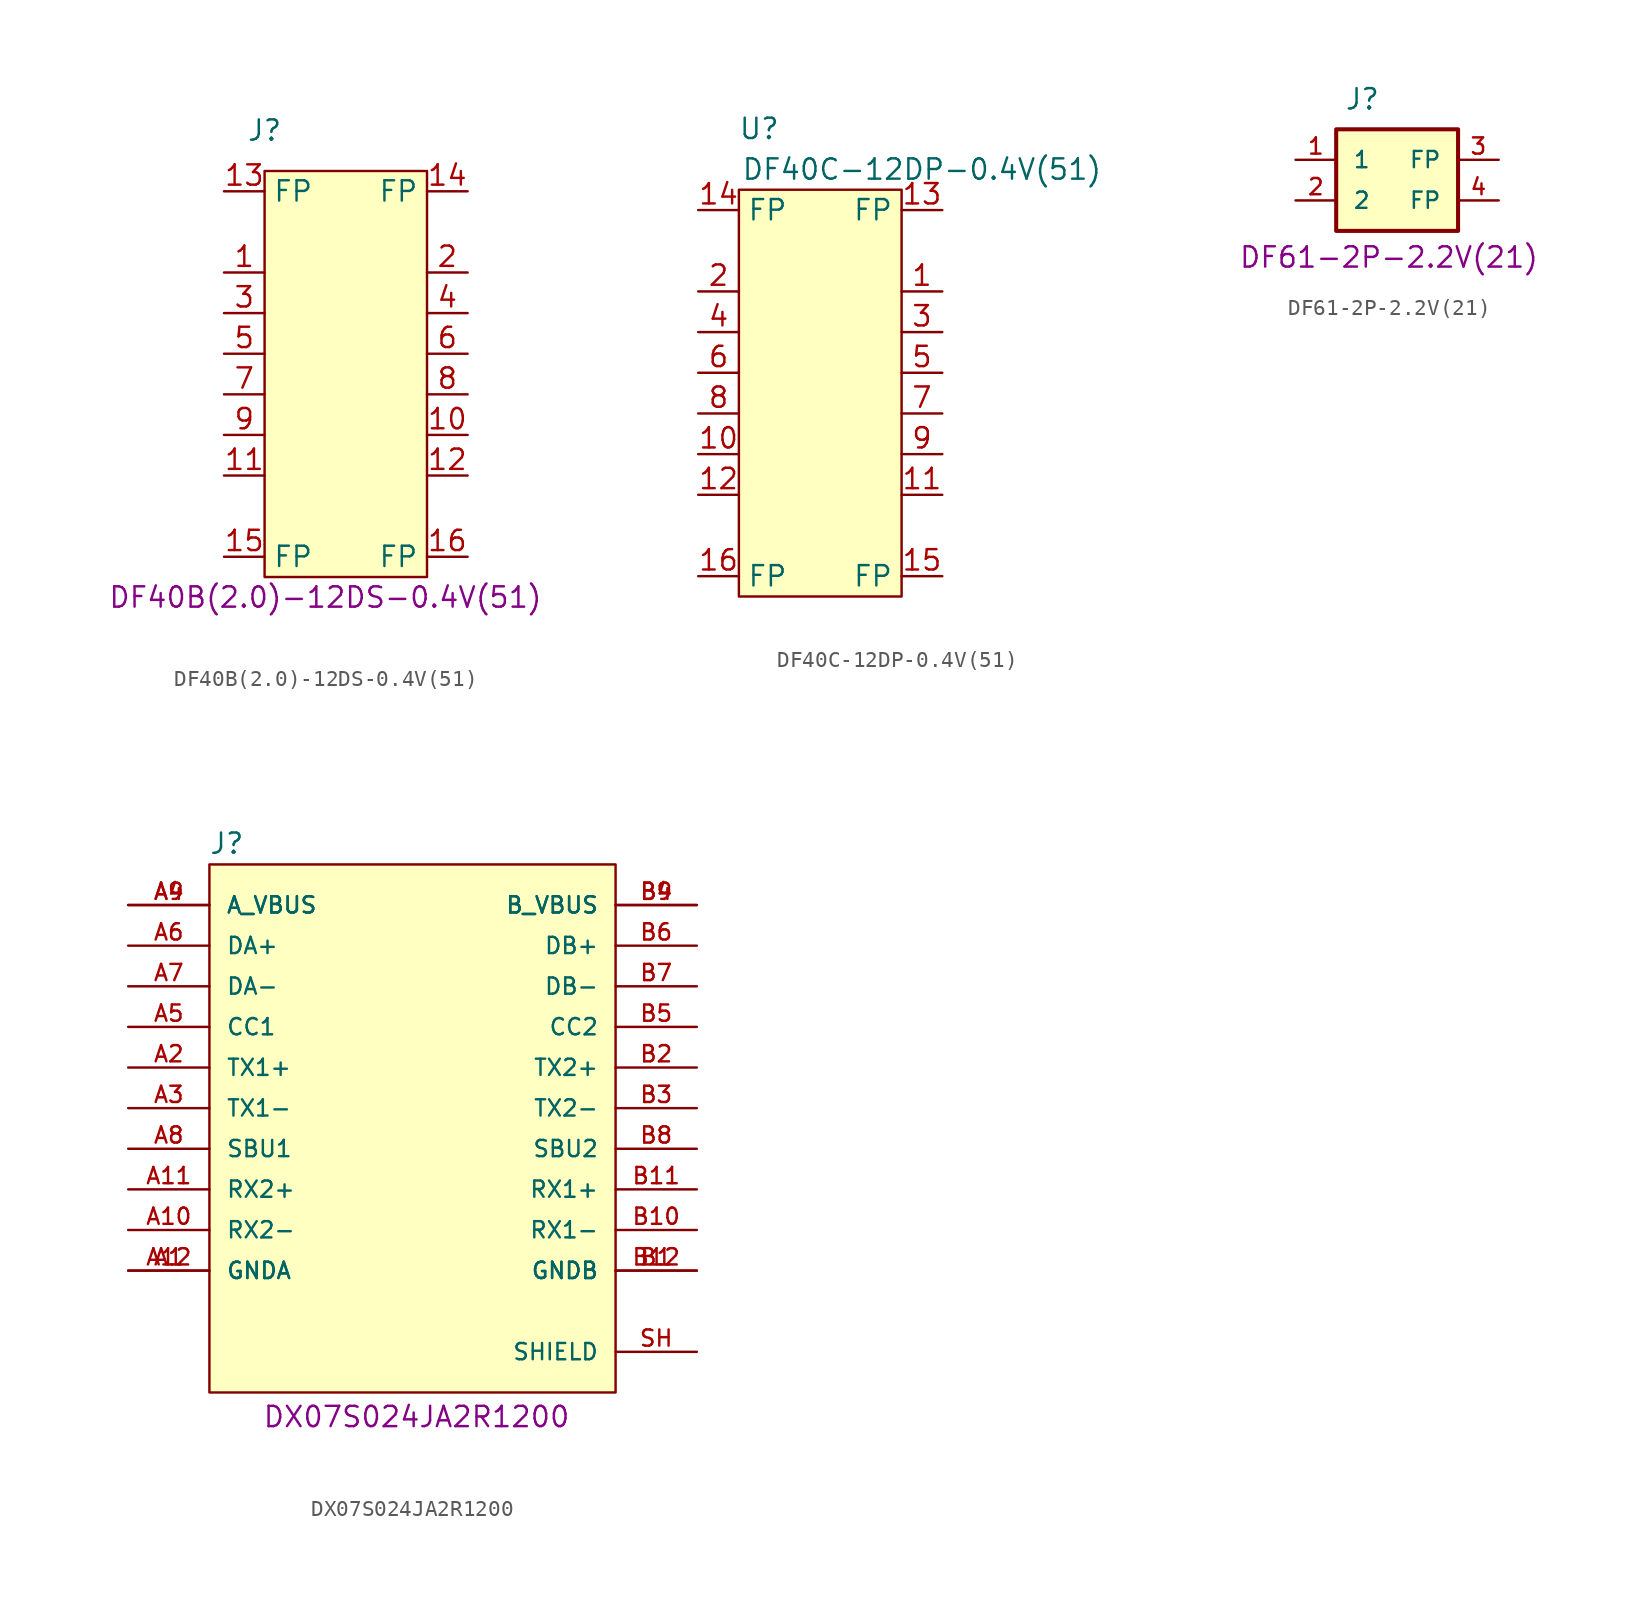
<source format=kicad_sym>
(kicad_symbol_lib
  (version 20241209)
  (generator "kicad_symbol_editor")
  (generator_version "9.0")
  (symbol "DF40B(2.0)-12DS-0.4V(51)"
    (property "Reference" "J"
      (at 2.54 8.89 0)
      (effects (font (size 1.27 1.27))))
    (property "PartNumber" "DF40B(2.0)-12DS-0.4V(51)"
      (at 6.35 -20.32 0)
      (effects (font (size 1.27 1.27))))
    (symbol "DF40B(2.0)-12DS-0.4V(51)_0_0"
      (pin passive line (at 0 5.08 0) (length 2.54) (name "FP" (effects (font (size 1.27 1.27)))) (number "13" (effects (font (size 1.27 1.27)))))
      (pin passive line (at 0 0 0) (length 2.54) (name "" (effects (font (size 1.27 1.27)))) (number "1" (effects (font (size 1.27 1.27)))))
      (pin passive line (at 0 -2.54 0) (length 2.54) (name "" (effects (font (size 1.27 1.27)))) (number "3" (effects (font (size 1.27 1.27)))))
      (pin passive line (at 0 -5.08 0) (length 2.54) (name "" (effects (font (size 1.27 1.27)))) (number "5" (effects (font (size 1.27 1.27)))))
      (pin passive line (at 0 -7.62 0) (length 2.54) (name "" (effects (font (size 1.27 1.27)))) (number "7" (effects (font (size 1.27 1.27)))))
      (pin passive line (at 0 -10.16 0) (length 2.54) (name "" (effects (font (size 1.27 1.27)))) (number "9" (effects (font (size 1.27 1.27)))))
      (pin passive line (at 0 -12.7 0) (length 2.54) (name "" (effects (font (size 1.27 1.27)))) (number "11" (effects (font (size 1.27 1.27)))))
      (pin passive line (at 0 -17.78 0) (length 2.54) (name "FP" (effects (font (size 1.27 1.27)))) (number "15" (effects (font (size 1.27 1.27)))))
      (pin passive line (at 15.24 5.08 180) (length 2.54) (name "FP" (effects (font (size 1.27 1.27)))) (number "14" (effects (font (size 1.27 1.27)))))
      (pin passive line (at 15.24 0 180) (length 2.54) (name "" (effects (font (size 1.27 1.27)))) (number "2" (effects (font (size 1.27 1.27)))))
      (pin passive line (at 15.24 -2.54 180) (length 2.54) (name "" (effects (font (size 1.27 1.27)))) (number "4" (effects (font (size 1.27 1.27)))))
      (pin passive line (at 15.24 -5.08 180) (length 2.54) (name "" (effects (font (size 1.27 1.27)))) (number "6" (effects (font (size 1.27 1.27)))))
      (pin passive line (at 15.24 -7.62 180) (length 2.54) (name "" (effects (font (size 1.27 1.27)))) (number "8" (effects (font (size 1.27 1.27)))))
      (pin passive line (at 15.24 -10.16 180) (length 2.54) (name "" (effects (font (size 1.27 1.27)))) (number "10" (effects (font (size 1.27 1.27)))))
      (pin passive line (at 15.24 -12.7 180) (length 2.54) (name "" (effects (font (size 1.27 1.27)))) (number "12" (effects (font (size 1.27 1.27)))))
      (pin passive line (at 15.24 -17.78 180) (length 2.54) (name "FP" (effects (font (size 1.27 1.27)))) (number "16" (effects (font (size 1.27 1.27))))))
    (symbol "DF40B(2.0)-12DS-0.4V(51)_1_1"
      (rectangle (start 2.54 6.35) (end 12.7 -19.05) (stroke (width 0) (type default)) (fill (type background)))))
  (symbol "DF40C-12DP-0.4V(51)"
    (property "Reference" "U"
      (at -11.43 10.16 0)
      (effects (font (size 1.27 1.27))))
    (property "Value" "DF40C-12DP-0.4V(51)"
      (at -1.27 7.62 0)
      (effects (font (size 1.27 1.27))))
    (symbol "DF40C-12DP-0.4V(51)_0_0"
      (pin passive line (at -15.24 5.08 0) (length 2.54) (name "FP" (effects (font (size 1.27 1.27)))) (number "14" (effects (font (size 1.27 1.27)))))
      (pin passive line (at -15.24 0 0) (length 2.54) (name "" (effects (font (size 1.27 1.27)))) (number "2" (effects (font (size 1.27 1.27)))))
      (pin passive line (at -15.24 -2.54 0) (length 2.54) (name "" (effects (font (size 1.27 1.27)))) (number "4" (effects (font (size 1.27 1.27)))))
      (pin passive line (at -15.24 -5.08 0) (length 2.54) (name "" (effects (font (size 1.27 1.27)))) (number "6" (effects (font (size 1.27 1.27)))))
      (pin passive line (at -15.24 -7.62 0) (length 2.54) (name "" (effects (font (size 1.27 1.27)))) (number "8" (effects (font (size 1.27 1.27)))))
      (pin passive line (at -15.24 -10.16 0) (length 2.54) (name "" (effects (font (size 1.27 1.27)))) (number "10" (effects (font (size 1.27 1.27)))))
      (pin passive line (at -15.24 -12.7 0) (length 2.54) (name "" (effects (font (size 1.27 1.27)))) (number "12" (effects (font (size 1.27 1.27)))))
      (pin passive line (at -15.24 -17.78 0) (length 2.54) (name "FP" (effects (font (size 1.27 1.27)))) (number "16" (effects (font (size 1.27 1.27)))))
      (pin passive line (at 0 5.08 180) (length 2.54) (name "FP" (effects (font (size 1.27 1.27)))) (number "13" (effects (font (size 1.27 1.27)))))
      (pin passive line (at 0 0 180) (length 2.54) (name "" (effects (font (size 1.27 1.27)))) (number "1" (effects (font (size 1.27 1.27)))))
      (pin passive line (at 0 -2.54 180) (length 2.54) (name "" (effects (font (size 1.27 1.27)))) (number "3" (effects (font (size 1.27 1.27)))))
      (pin passive line (at 0 -5.08 180) (length 2.54) (name "" (effects (font (size 1.27 1.27)))) (number "5" (effects (font (size 1.27 1.27)))))
      (pin passive line (at 0 -7.62 180) (length 2.54) (name "" (effects (font (size 1.27 1.27)))) (number "7" (effects (font (size 1.27 1.27)))))
      (pin passive line (at 0 -10.16 180) (length 2.54) (name "" (effects (font (size 1.27 1.27)))) (number "9" (effects (font (size 1.27 1.27)))))
      (pin passive line (at 0 -12.7 180) (length 2.54) (name "" (effects (font (size 1.27 1.27)))) (number "11" (effects (font (size 1.27 1.27)))))
      (pin passive line (at 0 -17.78 180) (length 2.54) (name "FP" (effects (font (size 1.27 1.27)))) (number "15" (effects (font (size 1.27 1.27))))))
    (symbol "DF40C-12DP-0.4V(51)_1_1"
      (rectangle (start -12.7 6.35) (end -2.54 -19.05) (stroke (width 0) (type default)) (fill (type background)))))
  (symbol "DF61-2P-2.2V(21)"
    (pin_names
      (offset 1.016))
    (property "Reference" "J"
      (at 3.048 3.048 0)
      (effects (font (size 1.27 1.27)) (justify left bottom)))
    (property "PartNumber" "DF61-2P-2.2V(21)"
      (at 5.842 -6.096 0)
      (effects (font (size 1.27 1.27))))
    (symbol "DF61-2P-2.2V(21)_0_0"
      (rectangle (start 2.54 1.905) (end 10.16 -4.445) (stroke (width 0.254) (type default)) (fill (type background)))
      (pin power_in line (at 0 0 0) (length 2.54) (name "1" (effects (font (size 1.016 1.016)))) (number "1" (effects (font (size 1.016 1.016)))))
      (pin power_in line (at 0 -2.54 0) (length 2.54) (name "2" (effects (font (size 1.016 1.016)))) (number "2" (effects (font (size 1.016 1.016))))))
    (symbol "DF61-2P-2.2V(21)_1_0"
      (pin power_in line (at 12.7 0 180) (length 2.54) (name "FP" (effects (font (size 1.016 1.016)))) (number "3" (effects (font (size 1.016 1.016)))))
      (pin power_in line (at 12.7 -2.54 180) (length 2.54) (name "FP" (effects (font (size 1.016 1.016)))) (number "4" (effects (font (size 1.016 1.016)))))))
  (symbol "DX07S024JA2R1200"
    (pin_names
      (offset 1.016))
    (property "Reference" "J"
      (at -12.739 18.344 0)
      (effects (font (size 1.27 1.27)) (justify left bottom)))
    (property "PartNumber" "DX07S024JA2R1200"
      (at 0.254 -16.764 0)
      (effects (font (size 1.27 1.27))))
    (symbol "DX07S024JA2R1200_0_0"
      (rectangle (start -12.7 -15.24) (end 12.7 17.78) (stroke (width 0.152) (type default)) (fill (type background)))
      (pin power_in line (at -17.78 15.24 0) (length 5.08) (name "A_VBUS" (effects (font (size 1.016 1.016)))) (number "A4" (effects (font (size 1.016 1.016)))))
      (pin power_in line (at -17.78 15.24 0) (length 5.08) (name "A_VBUS" (effects (font (size 1.016 1.016)))) (number "A9" (effects (font (size 1.016 1.016)))))
      (pin passive line (at -17.78 12.7 0) (length 5.08) (name "DA+" (effects (font (size 1.016 1.016)))) (number "A6" (effects (font (size 1.016 1.016)))))
      (pin passive line (at -17.78 10.16 0) (length 5.08) (name "DA-" (effects (font (size 1.016 1.016)))) (number "A7" (effects (font (size 1.016 1.016)))))
      (pin passive line (at -17.78 7.62 0) (length 5.08) (name "CC1" (effects (font (size 1.016 1.016)))) (number "A5" (effects (font (size 1.016 1.016)))))
      (pin passive line (at -17.78 5.08 0) (length 5.08) (name "TX1+" (effects (font (size 1.016 1.016)))) (number "A2" (effects (font (size 1.016 1.016)))))
      (pin passive line (at -17.78 2.54 0) (length 5.08) (name "TX1-" (effects (font (size 1.016 1.016)))) (number "A3" (effects (font (size 1.016 1.016)))))
      (pin passive line (at -17.78 0 0) (length 5.08) (name "SBU1" (effects (font (size 1.016 1.016)))) (number "A8" (effects (font (size 1.016 1.016)))))
      (pin passive line (at -17.78 -2.54 0) (length 5.08) (name "RX2+" (effects (font (size 1.016 1.016)))) (number "A11" (effects (font (size 1.016 1.016)))))
      (pin passive line (at -17.78 -5.08 0) (length 5.08) (name "RX2-" (effects (font (size 1.016 1.016)))) (number "A10" (effects (font (size 1.016 1.016)))))
      (pin power_in line (at -17.78 -7.62 0) (length 5.08) (name "GNDA" (effects (font (size 1.016 1.016)))) (number "A1" (effects (font (size 1.016 1.016)))))
      (pin power_in line (at -17.78 -7.62 0) (length 5.08) (name "GNDA" (effects (font (size 1.016 1.016)))) (number "A12" (effects (font (size 1.016 1.016)))))
      (pin power_in line (at 17.78 15.24 180) (length 5.08) (name "B_VBUS" (effects (font (size 1.016 1.016)))) (number "B4" (effects (font (size 1.016 1.016)))))
      (pin power_in line (at 17.78 15.24 180) (length 5.08) (name "B_VBUS" (effects (font (size 1.016 1.016)))) (number "B9" (effects (font (size 1.016 1.016)))))
      (pin passive line (at 17.78 12.7 180) (length 5.08) (name "DB+" (effects (font (size 1.016 1.016)))) (number "B6" (effects (font (size 1.016 1.016)))))
      (pin passive line (at 17.78 10.16 180) (length 5.08) (name "DB-" (effects (font (size 1.016 1.016)))) (number "B7" (effects (font (size 1.016 1.016)))))
      (pin passive line (at 17.78 7.62 180) (length 5.08) (name "CC2" (effects (font (size 1.016 1.016)))) (number "B5" (effects (font (size 1.016 1.016)))))
      (pin passive line (at 17.78 5.08 180) (length 5.08) (name "TX2+" (effects (font (size 1.016 1.016)))) (number "B2" (effects (font (size 1.016 1.016)))))
      (pin passive line (at 17.78 2.54 180) (length 5.08) (name "TX2-" (effects (font (size 1.016 1.016)))) (number "B3" (effects (font (size 1.016 1.016)))))
      (pin passive line (at 17.78 0 180) (length 5.08) (name "SBU2" (effects (font (size 1.016 1.016)))) (number "B8" (effects (font (size 1.016 1.016)))))
      (pin passive line (at 17.78 -2.54 180) (length 5.08) (name "RX1+" (effects (font (size 1.016 1.016)))) (number "B11" (effects (font (size 1.016 1.016)))))
      (pin passive line (at 17.78 -5.08 180) (length 5.08) (name "RX1-" (effects (font (size 1.016 1.016)))) (number "B10" (effects (font (size 1.016 1.016)))))
      (pin power_in line (at 17.78 -7.62 180) (length 5.08) (name "GNDB" (effects (font (size 1.016 1.016)))) (number "B1" (effects (font (size 1.016 1.016)))))
      (pin power_in line (at 17.78 -7.62 180) (length 5.08) (name "GNDB" (effects (font (size 1.016 1.016)))) (number "B12" (effects (font (size 1.016 1.016))))))
    (symbol "DX07S024JA2R1200_1_0"
      (pin power_in line (at 17.78 -12.7 180) (length 5.08) (name "SHIELD" (effects (font (size 1.016 1.016)))) (number "SH" (effects (font (size 1.016 1.016))))))))
</source>
